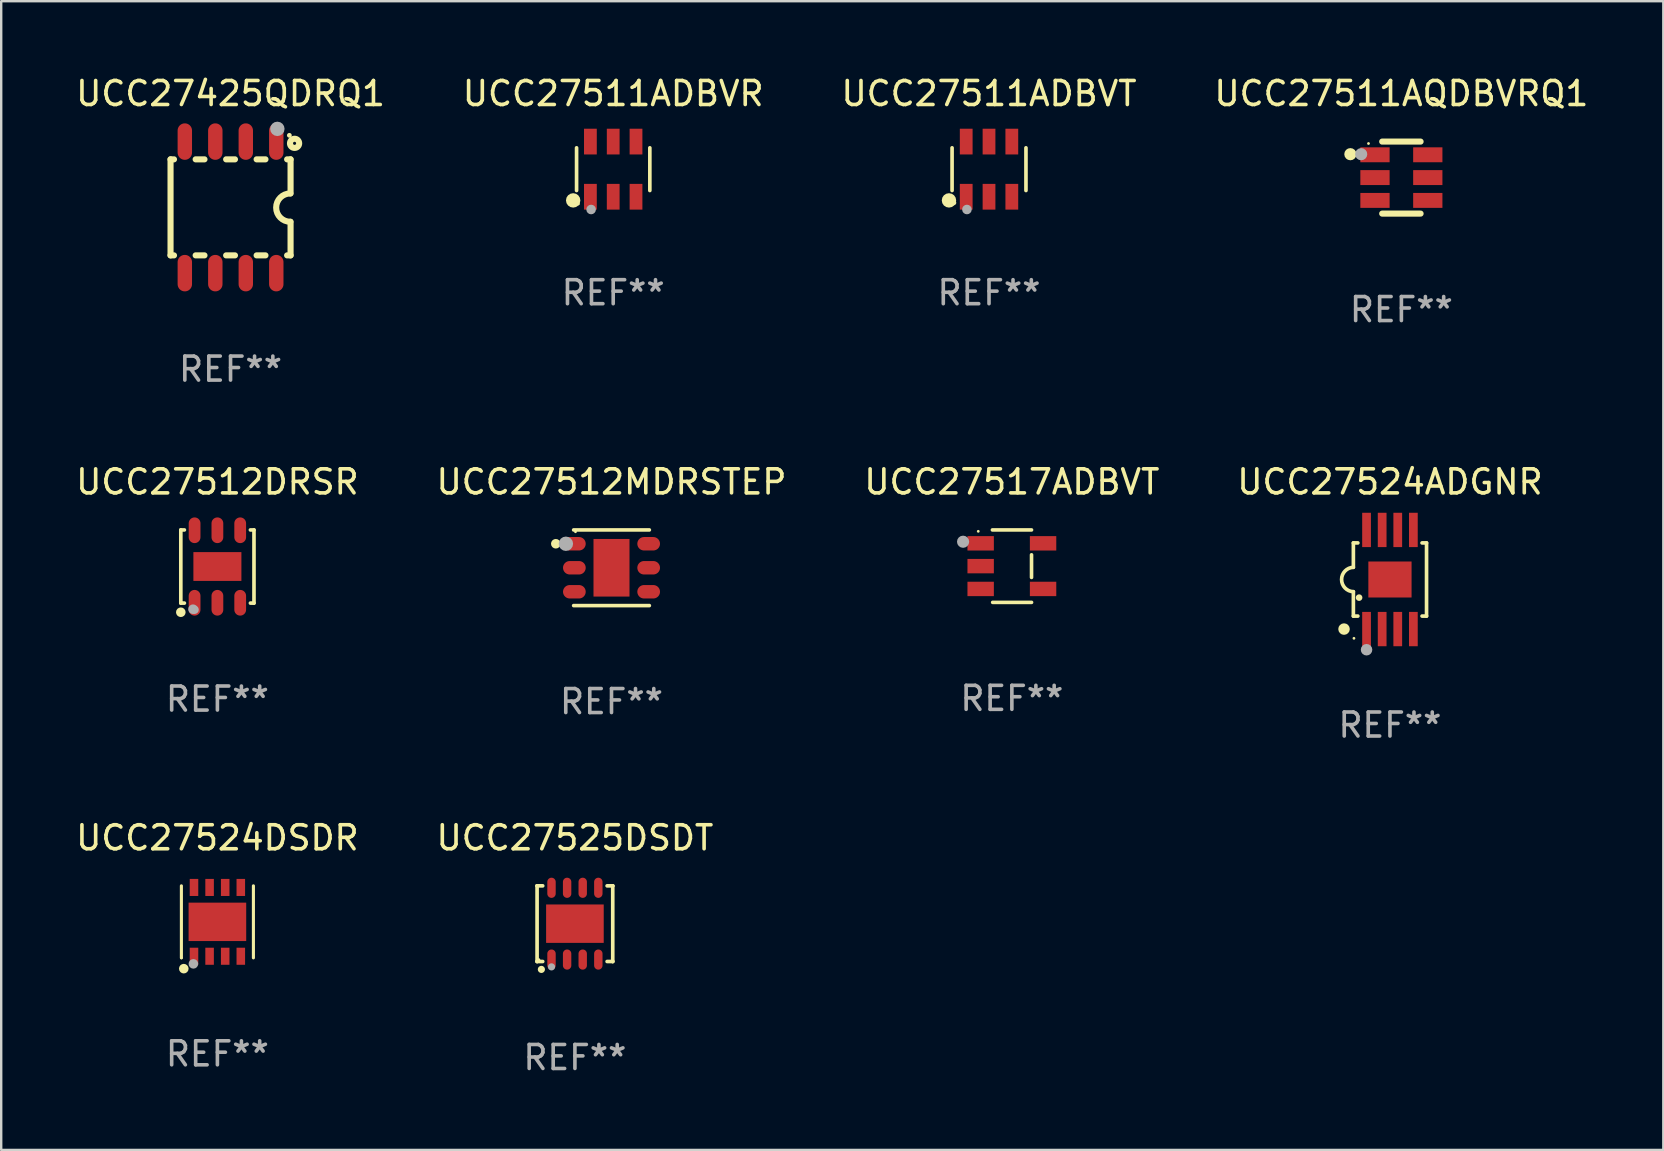
<source format=kicad_pcb>
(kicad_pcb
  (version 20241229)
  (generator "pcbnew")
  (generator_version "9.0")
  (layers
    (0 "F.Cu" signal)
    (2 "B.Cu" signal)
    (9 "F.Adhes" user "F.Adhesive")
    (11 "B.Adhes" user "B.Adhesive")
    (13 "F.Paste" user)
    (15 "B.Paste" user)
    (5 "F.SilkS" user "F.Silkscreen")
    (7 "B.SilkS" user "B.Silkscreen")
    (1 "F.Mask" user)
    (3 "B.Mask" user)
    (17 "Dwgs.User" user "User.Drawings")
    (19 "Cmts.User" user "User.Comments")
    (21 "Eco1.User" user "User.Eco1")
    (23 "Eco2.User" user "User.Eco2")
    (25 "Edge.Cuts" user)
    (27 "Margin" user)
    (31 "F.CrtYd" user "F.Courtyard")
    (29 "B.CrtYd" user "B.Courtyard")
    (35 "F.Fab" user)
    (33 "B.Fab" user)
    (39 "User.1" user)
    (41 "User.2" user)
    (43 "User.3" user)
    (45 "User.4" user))
  (footprint "UCC27511ADBVT"
    (layer "F.Cu")
    (at 38.149 3.997)
    (property "Reference" "UCC27511ADBVT" (at 0 -3.149 0) (layer "F.SilkS") (effects (font (size 1 1) (thickness 0.15))))
    (attr through_hole)
    (fp_line (start -1.539 0.889) (end -1.539 -0.889) (stroke (width 0.152) (type solid)) (layer "F.SilkS"))
    (fp_line (start 1.539 0.889) (end 1.539 -0.889) (stroke (width 0.152) (type solid)) (layer "F.SilkS"))
    (fp_circle (center -1.668 1.301) (end -1.518 1.301) (stroke (width 0.3) (type solid)) (fill no) (layer "F.SilkS"))
    (fp_circle (center -1.463 1.4) (end -1.413 1.4) (stroke (width 0.1) (type solid)) (fill no) (layer "F.SilkS"))
    (fp_circle (center -0.92 1.68) (end -0.82 1.68) (stroke (width 0.2) (type solid)) (fill no) (layer "F.Fab"))
    (fp_text user "REF**" (at 0 5.149 0) (layer "F.Fab") (effects (font (size 1 1) (thickness 0.15))))
    (pad "1" smd rect (at -0.95 1.149) (size 0.532 1.072) (layers "F.Cu" "F.Mask" "F.Paste"))
    (pad "2" smd rect (at 0 1.149) (size 0.532 1.072) (layers "F.Cu" "F.Mask" "F.Paste"))
    (pad "3" smd rect (at 0.95 1.149) (size 0.532 1.072) (layers "F.Cu" "F.Mask" "F.Paste"))
    (pad "4" smd rect (at 0.95 -1.149) (size 0.532 1.072) (layers "F.Cu" "F.Mask" "F.Paste"))
    (pad "5" smd rect (at 0 -1.149) (size 0.532 1.072) (layers "F.Cu" "F.Mask" "F.Paste"))
    (pad "6" smd rect (at -0.95 -1.149) (size 0.532 1.072) (layers "F.Cu" "F.Mask" "F.Paste")))
  (footprint "UCC27511ADBVR"
    (layer "F.Cu")
    (at 22.494 3.997)
    (property "Reference" "UCC27511ADBVR" (at 0 -3.149 0) (layer "F.SilkS") (effects (font (size 1 1) (thickness 0.15))))
    (attr through_hole)
    (fp_line (start -1.526 0.889) (end -1.526 -0.889) (stroke (width 0.152) (type solid)) (layer "F.SilkS"))
    (fp_line (start 1.526 0.889) (end 1.526 -0.889) (stroke (width 0.152) (type solid)) (layer "F.SilkS"))
    (fp_circle (center -1.668 1.301) (end -1.518 1.301) (stroke (width 0.3) (type solid)) (fill no) (layer "F.SilkS"))
    (fp_circle (center -1.45 1.45) (end -1.42 1.45) (stroke (width 0.06) (type solid)) (fill no) (layer "F.SilkS"))
    (fp_circle (center -0.92 1.68) (end -0.82 1.68) (stroke (width 0.2) (type solid)) (fill no) (layer "F.Fab"))
    (fp_text user "REF**" (at 0 5.149 0) (layer "F.Fab") (effects (font (size 1 1) (thickness 0.15))))
    (pad "1" smd rect (at -0.95 1.149) (size 0.532 1.072) (layers "F.Cu" "F.Mask" "F.Paste"))
    (pad "2" smd rect (at 0 1.149) (size 0.532 1.072) (layers "F.Cu" "F.Mask" "F.Paste"))
    (pad "3" smd rect (at 0.95 1.149) (size 0.532 1.072) (layers "F.Cu" "F.Mask" "F.Paste"))
    (pad "4" smd rect (at 0.95 -1.149) (size 0.532 1.072) (layers "F.Cu" "F.Mask" "F.Paste"))
    (pad "5" smd rect (at 0 -1.149) (size 0.532 1.072) (layers "F.Cu" "F.Mask" "F.Paste"))
    (pad "6" smd rect (at -0.95 -1.149) (size 0.532 1.072) (layers "F.Cu" "F.Mask" "F.Paste")))
  (footprint "UCC27525DSDT"
    (layer "F.Cu")
    (at 20.899 35.427)
    (property "Reference" "UCC27525DSDT" (at 0 -3.576 0) (layer "F.SilkS") (effects (font (size 1 1) (thickness 0.15))))
    (attr through_hole)
    (fp_line (start -1.576 -1.576) (end -1.576 -1.576) (stroke (width 0.152) (type solid)) (layer "F.SilkS"))
    (fp_line (start -1.576 -1.576) (end -1.341 -1.576) (stroke (width 0.152) (type solid)) (layer "F.SilkS"))
    (fp_line (start -1.576 1.576) (end -1.576 -1.576) (stroke (width 0.152) (type solid)) (layer "F.SilkS"))
    (fp_line (start -1.576 1.576) (end -1.576 1.576) (stroke (width 0.152) (type solid)) (layer "F.SilkS"))
    (fp_line (start -1.341 1.576) (end -1.576 1.576) (stroke (width 0.152) (type solid)) (layer "F.SilkS"))
    (fp_line (start 1.341 1.576) (end 1.576 1.576) (stroke (width 0.152) (type solid)) (layer "F.SilkS"))
    (fp_line (start 1.576 -1.576) (end 1.341 -1.576) (stroke (width 0.152) (type solid)) (layer "F.SilkS"))
    (fp_line (start 1.576 -1.576) (end 1.576 -1.576) (stroke (width 0.152) (type solid)) (layer "F.SilkS"))
    (fp_line (start 1.576 1.576) (end 1.576 -1.576) (stroke (width 0.152) (type solid)) (layer "F.SilkS"))
    (fp_line (start 1.576 1.576) (end 1.576 1.576) (stroke (width 0.152) (type solid)) (layer "F.SilkS"))
    (fp_circle (center -1.5 1.5) (end -1.47 1.5) (stroke (width 0.06) (type solid)) (fill no) (layer "F.SilkS"))
    (fp_circle (center -1.397 1.905) (end -1.322 1.905) (stroke (width 0.15) (type solid)) (fill no) (layer "F.SilkS"))
    (fp_circle (center -0.975 1.8) (end -0.9 1.8) (stroke (width 0.15) (type solid)) (fill no) (layer "F.Fab"))
    (fp_text user "REF**" (at 0 5.576 0) (layer "F.Fab") (effects (font (size 1 1) (thickness 0.15))))
    (pad "1" smd oval (at -0.975 1.495) (size 0.35 0.84) (layers "F.Cu" "F.Mask" "F.Paste"))
    (pad "2" smd oval (at -0.325 1.495) (size 0.35 0.84) (layers "F.Cu" "F.Mask" "F.Paste"))
    (pad "3" smd oval (at 0.325 1.495) (size 0.35 0.84) (layers "F.Cu" "F.Mask" "F.Paste"))
    (pad "4" smd oval (at 0.975 1.495) (size 0.35 0.84) (layers "F.Cu" "F.Mask" "F.Paste"))
    (pad "5" smd oval (at 0.975 -1.495) (size 0.35 0.84) (layers "F.Cu" "F.Mask" "F.Paste"))
    (pad "6" smd oval (at 0.325 -1.495) (size 0.35 0.84) (layers "F.Cu" "F.Mask" "F.Paste"))
    (pad "7" smd oval (at -0.325 -1.495) (size 0.35 0.84) (layers "F.Cu" "F.Mask" "F.Paste"))
    (pad "8" smd oval (at -0.975 -1.495) (size 0.35 0.84) (layers "F.Cu" "F.Mask" "F.Paste"))
    (pad "9" smd rect (at 0 0) (size 2.4 1.6) (layers "F.Cu" "F.Mask" "F.Paste")))
  (footprint "UCC27524ADGNR"
    (layer "F.Cu")
    (at 54.851 21.09)
    (property "Reference" "UCC27524ADGNR" (at 0 -4.065 0) (layer "F.SilkS") (effects (font (size 1 1) (thickness 0.15))))
    (attr through_hole)
    (fp_line (start -1.524 -1.524) (end -1.524 -0.508) (stroke (width 0.152) (type solid)) (layer "F.SilkS"))
    (fp_line (start -1.524 -1.524) (end -1.337 -1.524) (stroke (width 0.152) (type solid)) (layer "F.SilkS"))
    (fp_line (start -1.524 1.524) (end -1.524 0.508) (stroke (width 0.152) (type solid)) (layer "F.SilkS"))
    (fp_line (start -1.337 1.524) (end -1.524 1.524) (stroke (width 0.152) (type solid)) (layer "F.SilkS"))
    (fp_line (start 1.337 -1.524) (end 1.524 -1.524) (stroke (width 0.152) (type solid)) (layer "F.SilkS"))
    (fp_line (start 1.524 -1.524) (end 1.524 1.524) (stroke (width 0.152) (type solid)) (layer "F.SilkS"))
    (fp_line (start 1.524 1.524) (end 1.337 1.524) (stroke (width 0.152) (type solid)) (layer "F.SilkS"))
    (fp_arc (start -1.524003 0.508001) (mid -2.014069 0) (end -1.524002 -0.508001) (stroke (width 0.151994) (type solid)) (layer "F.SilkS"))
    (fp_circle (center -1.913 2.065) (end -1.793 2.065) (stroke (width 0.24) (type solid)) (fill no) (layer "F.SilkS"))
    (fp_circle (center -1.5 2.45) (end -1.47 2.45) (stroke (width 0.06) (type solid)) (fill no) (layer "F.SilkS"))
    (fp_circle (center -1.286 0.755) (end -1.217 0.755) (stroke (width 0.138) (type solid)) (fill no) (layer "F.SilkS"))
    (fp_circle (center -0.975 2.926) (end -0.855 2.926) (stroke (width 0.24) (type solid)) (fill no) (layer "F.Fab"))
    (fp_text user "REF**" (at 0 6.065 0) (layer "F.Fab") (effects (font (size 1 1) (thickness 0.15))))
    (pad "1" smd rect (at -0.975 2.065) (size 0.364 1.43) (layers "F.Cu" "F.Mask" "F.Paste"))
    (pad "2" smd rect (at -0.325 2.065) (size 0.364 1.43) (layers "F.Cu" "F.Mask" "F.Paste"))
    (pad "3" smd rect (at 0.325 2.065) (size 0.364 1.43) (layers "F.Cu" "F.Mask" "F.Paste"))
    (pad "4" smd rect (at 0.975 2.065) (size 0.364 1.43) (layers "F.Cu" "F.Mask" "F.Paste"))
    (pad "5" smd rect (at 0.975 -2.065) (size 0.364 1.43) (layers "F.Cu" "F.Mask" "F.Paste"))
    (pad "6" smd rect (at 0.325 -2.065) (size 0.364 1.43) (layers "F.Cu" "F.Mask" "F.Paste"))
    (pad "7" smd rect (at -0.325 -2.065) (size 0.364 1.43) (layers "F.Cu" "F.Mask" "F.Paste"))
    (pad "8" smd rect (at -0.975 -2.065) (size 0.364 1.43) (layers "F.Cu" "F.Mask" "F.Paste"))
    (pad "9" smd rect (at 0 0) (size 1.8 1.5) (layers "F.Cu" "F.Mask" "F.Paste")))
  (footprint "UCC27524DSDR"
    (layer "F.Cu")
    (at 6.006 35.351)
    (property "Reference" "UCC27524DSDR" (at 0 -3.5 0) (layer "F.SilkS") (effects (font (size 1 1) (thickness 0.15))))
    (attr through_hole)
    (fp_line (start -1.5 1.5) (end -1.5 -1.5) (stroke (width 0.129) (type solid)) (layer "F.SilkS"))
    (fp_line (start 1.5 -1.5) (end 1.5 1.5) (stroke (width 0.129) (type solid)) (layer "F.SilkS"))
    (fp_circle (center -1.5 1.5) (end -1.47 1.5) (stroke (width 0.06) (type solid)) (fill no) (layer "F.SilkS"))
    (fp_circle (center -1.4 1.95) (end -1.3 1.95) (stroke (width 0.2) (type solid)) (fill no) (layer "F.SilkS"))
    (fp_circle (center -1 1.75) (end -0.9 1.75) (stroke (width 0.2) (type solid)) (fill no) (layer "F.Fab"))
    (fp_text user "REF**" (at 0 5.5 0) (layer "F.Fab") (effects (font (size 1 1) (thickness 0.15))))
    (pad "1" smd rect (at -0.975 1.433) (size 0.356 0.711) (layers "F.Cu" "F.Mask" "F.Paste"))
    (pad "2" smd rect (at -0.325 1.433) (size 0.356 0.711) (layers "F.Cu" "F.Mask" "F.Paste"))
    (pad "3" smd rect (at 0.325 1.433) (size 0.356 0.711) (layers "F.Cu" "F.Mask" "F.Paste"))
    (pad "4" smd rect (at 0.975 1.433) (size 0.356 0.711) (layers "F.Cu" "F.Mask" "F.Paste"))
    (pad "5" smd rect (at 0.975 -1.433) (size 0.356 0.711) (layers "F.Cu" "F.Mask" "F.Paste"))
    (pad "6" smd rect (at 0.325 -1.433) (size 0.356 0.711) (layers "F.Cu" "F.Mask" "F.Paste"))
    (pad "7" smd rect (at -0.325 -1.433) (size 0.356 0.711) (layers "F.Cu" "F.Mask" "F.Paste"))
    (pad "8" smd rect (at -0.975 -1.433) (size 0.356 0.711) (layers "F.Cu" "F.Mask" "F.Paste"))
    (pad "9" smd rect (at 0 0) (size 2.4 1.6) (layers "F.Cu" "F.Mask" "F.Paste")))
  (footprint "UCC27425QDRQ1"
    (layer "F.Cu")
    (at 6.554 5.588)
    (property "Reference" "UCC27425QDRQ1" (at 0 -4.74 0) (layer "F.SilkS") (effects (font (size 1 1) (thickness 0.15))))
    (attr through_hole)
    (fp_line (start -2.5 2) (end -2.5 -2) (stroke (width 0.254) (type solid)) (layer "F.SilkS"))
    (fp_line (start -2.356 -2) (end -2.5 -2) (stroke (width 0.254) (type solid)) (layer "F.SilkS"))
    (fp_line (start -2.356 2) (end -2.5 2) (stroke (width 0.254) (type solid)) (layer "F.SilkS"))
    (fp_line (start -1.086 -2) (end -1.454 -2) (stroke (width 0.254) (type solid)) (layer "F.SilkS"))
    (fp_line (start -1.086 2) (end -1.454 2) (stroke (width 0.254) (type solid)) (layer "F.SilkS"))
    (fp_line (start 0.184 -2) (end -0.184 -2) (stroke (width 0.254) (type solid)) (layer "F.SilkS"))
    (fp_line (start 0.184 2) (end -0.184 2) (stroke (width 0.254) (type solid)) (layer "F.SilkS"))
    (fp_line (start 1.454 -2) (end 1.086 -2) (stroke (width 0.254) (type solid)) (layer "F.SilkS"))
    (fp_line (start 1.454 2) (end 1.086 2) (stroke (width 0.254) (type solid)) (layer "F.SilkS"))
    (fp_line (start 2.5 -2) (end 2.356 -2) (stroke (width 0.254) (type solid)) (layer "F.SilkS"))
    (fp_line (start 2.5 -0.58) (end 2.5 -2) (stroke (width 0.254) (type solid)) (layer "F.SilkS"))
    (fp_line (start 2.5 2) (end 2.356 2) (stroke (width 0.254) (type solid)) (layer "F.SilkS"))
    (fp_line (start 2.5 2) (end 2.5 0.6) (stroke (width 0.254) (type solid)) (layer "F.SilkS"))
    (fp_arc (start 2.489992 0.600051) (mid 1.901674 0.010046) (end 2.489992 -0.579959) (stroke (width 0.254001) (type solid)) (layer "F.SilkS"))
    (fp_circle (center 2.45 -3) (end 2.5 -3) (stroke (width 0.1) (type solid)) (fill no) (layer "F.SilkS"))
    (fp_circle (center 2.667 -2.667) (end 2.858 -2.667) (stroke (width 0.254) (type solid)) (fill no) (layer "F.SilkS"))
    (fp_circle (center 1.95 -3.27) (end 2.1 -3.27) (stroke (width 0.3) (type solid)) (fill no) (layer "F.Fab"))
    (fp_text user "REF**" (at 0 6.74 0) (layer "F.Fab") (effects (font (size 1 1) (thickness 0.15))))
    (pad "1" smd oval (at 1.905 -2.74) (size 0.6 1.52) (layers "F.Cu" "F.Mask" "F.Paste"))
    (pad "2" smd oval (at 0.635 -2.74) (size 0.6 1.52) (layers "F.Cu" "F.Mask" "F.Paste"))
    (pad "3" smd oval (at -0.635 -2.74) (size 0.6 1.52) (layers "F.Cu" "F.Mask" "F.Paste"))
    (pad "4" smd oval (at -1.905 -2.74) (size 0.6 1.52) (layers "F.Cu" "F.Mask" "F.Paste"))
    (pad "5" smd oval (at -1.905 2.74) (size 0.6 1.52) (layers "F.Cu" "F.Mask" "F.Paste"))
    (pad "6" smd oval (at -0.635 2.74) (size 0.6 1.52) (layers "F.Cu" "F.Mask" "F.Paste"))
    (pad "7" smd oval (at 0.635 2.74) (size 0.6 1.52) (layers "F.Cu" "F.Mask" "F.Paste"))
    (pad "8" smd oval (at 1.905 2.74) (size 0.6 1.52) (layers "F.Cu" "F.Mask" "F.Paste")))
  (footprint "UCC27512MDRSTEP"
    (layer "F.Cu")
    (at 22.423 20.601)
    (property "Reference" "UCC27512MDRSTEP" (at 0 -3.576 0) (layer "F.SilkS") (effects (font (size 1 1) (thickness 0.15))))
    (attr through_hole)
    (fp_line (start -1.576 -1.576) (end 1.576 -1.576) (stroke (width 0.152) (type solid)) (layer "F.SilkS"))
    (fp_line (start 1.576 1.576) (end -1.576 1.576) (stroke (width 0.152) (type solid)) (layer "F.SilkS"))
    (fp_circle (center -2.32 -1) (end -2.22 -1) (stroke (width 0.2) (type solid)) (fill no) (layer "F.SilkS"))
    (fp_circle (center -1.5 -1.5) (end -1.47 -1.5) (stroke (width 0.06) (type solid)) (fill no) (layer "F.SilkS"))
    (fp_circle (center -1.9 -1) (end -1.75 -1) (stroke (width 0.3) (type solid)) (fill no) (layer "F.Fab"))
    (fp_text user "REF**" (at 0 5.576 0) (layer "F.Fab") (effects (font (size 1 1) (thickness 0.15))))
    (pad "1" smd oval (at -1.547 -1 270) (size 0.56 0.945) (layers "F.Cu" "F.Mask" "F.Paste"))
    (pad "2" smd oval (at -1.547 0 270) (size 0.56 0.945) (layers "F.Cu" "F.Mask" "F.Paste"))
    (pad "3" smd oval (at -1.547 1 270) (size 0.56 0.945) (layers "F.Cu" "F.Mask" "F.Paste"))
    (pad "4" smd oval (at 1.548 1 270) (size 0.56 0.945) (layers "F.Cu" "F.Mask" "F.Paste"))
    (pad "5" smd oval (at 1.548 0 270) (size 0.56 0.945) (layers "F.Cu" "F.Mask" "F.Paste"))
    (pad "6" smd oval (at 1.548 -1 270) (size 0.56 0.945) (layers "F.Cu" "F.Mask" "F.Paste"))
    (pad "7" smd rect (at 0 0) (size 1.5 2.4) (layers "F.Cu" "F.Mask" "F.Paste")))
  (footprint "UCC27517ADBVT"
    (layer "F.Cu")
    (at 39.101 20.534)
    (property "Reference" "UCC27517ADBVT" (at 0 -3.509 0) (layer "F.SilkS") (effects (font (size 1 1) (thickness 0.15))))
    (attr through_hole)
    (fp_line (start -0.811 -1.509) (end 0.819 -1.509) (stroke (width 0.15) (type solid)) (layer "F.SilkS"))
    (fp_line (start -0.8 1.509) (end 0.82 1.509) (stroke (width 0.15) (type solid)) (layer "F.SilkS"))
    (fp_line (start 0.819 -0.472) (end 0.819 0.47) (stroke (width 0.15) (type solid)) (layer "F.SilkS"))
    (fp_circle (center -1.4 -1.451) (end -1.37 -1.451) (stroke (width 0.06) (type solid)) (fill no) (layer "F.SilkS"))
    (fp_circle (center -2.032 -1.017) (end -1.905 -1.017) (stroke (width 0.254) (type solid)) (fill no) (layer "F.Fab"))
    (fp_text user "REF**" (at 0 5.509 0) (layer "F.Fab") (effects (font (size 1 1) (thickness 0.15))))
    (pad "1" smd rect (at -1.3 -0.951) (size 1.1 0.6) (layers "F.Cu" "F.Mask" "F.Paste"))
    (pad "2" smd rect (at -1.3 -0.001) (size 1.1 0.6) (layers "F.Cu" "F.Mask" "F.Paste"))
    (pad "3" smd rect (at -1.3 0.949) (size 1.1 0.6) (layers "F.Cu" "F.Mask" "F.Paste"))
    (pad "4" smd rect (at 1.3 0.949) (size 1.1 0.6) (layers "F.Cu" "F.Mask" "F.Paste"))
    (pad "5" smd rect (at 1.3 -0.951) (size 1.1 0.6) (layers "F.Cu" "F.Mask" "F.Paste")))
  (footprint "UCC27511AQDBVRQ1"
    (layer "F.Cu")
    (at 55.327 4.348)
    (property "Reference" "UCC27511AQDBVRQ1" (at 0 -3.5 0) (layer "F.SilkS") (effects (font (size 1 1) (thickness 0.15))))
    (attr through_hole)
    (fp_line (start -0.8 -1.5) (end 0.8 -1.5) (stroke (width 0.254) (type solid)) (layer "F.SilkS"))
    (fp_line (start 0.8 1.5) (end -0.8 1.5) (stroke (width 0.254) (type solid)) (layer "F.SilkS"))
    (fp_circle (center -2.125 -0.975) (end -1.998 -0.975) (stroke (width 0.254) (type solid)) (fill no) (layer "F.SilkS"))
    (fp_circle (center -1.37 -1.42) (end -1.34 -1.42) (stroke (width 0.06) (type solid)) (fill no) (layer "F.SilkS"))
    (fp_circle (center -1.675 -0.975) (end -1.548 -0.975) (stroke (width 0.254) (type solid)) (fill no) (layer "F.Fab"))
    (fp_text user "REF**" (at 0 5.5 0) (layer "F.Fab") (effects (font (size 1 1) (thickness 0.15))))
    (pad "1" smd rect (at -1.1 -0.95 180) (size 1.219 0.622) (layers "F.Cu" "F.Mask" "F.Paste"))
    (pad "2" smd rect (at -1.1 -0.000152 180) (size 1.219 0.622) (layers "F.Cu" "F.Mask" "F.Paste"))
    (pad "3" smd rect (at -1.1 0.95 180) (size 1.219 0.622) (layers "F.Cu" "F.Mask" "F.Paste"))
    (pad "4" smd rect (at 1.1 0.95) (size 1.219 0.622) (layers "F.Cu" "F.Mask" "F.Paste"))
    (pad "5" smd rect (at 1.1 -0.000152) (size 1.219 0.622) (layers "F.Cu" "F.Mask" "F.Paste"))
    (pad "6" smd rect (at 1.1 -0.95) (size 1.219 0.622) (layers "F.Cu" "F.Mask" "F.Paste")))
  (footprint "UCC27512DRSR"
    (layer "F.Cu")
    (at 6.006 20.549)
    (property "Reference" "UCC27512DRSR" (at 0 -3.524 0) (layer "F.SilkS") (effects (font (size 1 1) (thickness 0.15))))
    (attr through_hole)
    (fp_line (start -1.524 -1.524) (end -1.375 -1.524) (stroke (width 0.152) (type solid)) (layer "F.SilkS"))
    (fp_line (start -1.524 1.524) (end -1.524 -1.524) (stroke (width 0.152) (type solid)) (layer "F.SilkS"))
    (fp_line (start -1.375 1.524) (end -1.524 1.524) (stroke (width 0.152) (type solid)) (layer "F.SilkS"))
    (fp_line (start 1.375 -1.524) (end 1.524 -1.524) (stroke (width 0.152) (type solid)) (layer "F.SilkS"))
    (fp_line (start 1.524 -1.524) (end 1.524 1.524) (stroke (width 0.152) (type solid)) (layer "F.SilkS"))
    (fp_line (start 1.524 1.524) (end 1.375 1.524) (stroke (width 0.152) (type solid)) (layer "F.SilkS"))
    (fp_circle (center -1.524 1.905) (end -1.424 1.905) (stroke (width 0.2) (type solid)) (fill no) (layer "F.SilkS"))
    (fp_circle (center -1.5 1.5) (end -1.47 1.5) (stroke (width 0.06) (type solid)) (fill no) (layer "F.SilkS"))
    (fp_circle (center -1.016 1.778) (end -0.916 1.778) (stroke (width 0.2) (type solid)) (fill no) (layer "F.Fab"))
    (fp_circle (center -0.95 1.8) (end -0.862 1.8) (stroke (width 0.175) (type solid)) (fill no) (layer "F.Fab"))
    (fp_text user "REF**" (at 0 5.524 0) (layer "F.Fab") (effects (font (size 1 1) (thickness 0.15))))
    (pad "1" smd oval (at -0.95 1.51) (size 0.49 1.07) (layers "F.Cu" "F.Mask" "F.Paste"))
    (pad "2" smd oval (at 0 1.51) (size 0.49 1.07) (layers "F.Cu" "F.Mask" "F.Paste"))
    (pad "3" smd oval (at 0.95 1.51) (size 0.49 1.07) (layers "F.Cu" "F.Mask" "F.Paste"))
    (pad "4" smd oval (at 0.95 -1.51) (size 0.49 1.07) (layers "F.Cu" "F.Mask" "F.Paste"))
    (pad "5" smd oval (at 0 -1.51) (size 0.49 1.07) (layers "F.Cu" "F.Mask" "F.Paste"))
    (pad "6" smd oval (at -0.95 -1.51) (size 0.49 1.07) (layers "F.Cu" "F.Mask" "F.Paste"))
    (pad "7" smd rect (at 0 0) (size 2 1.2) (layers "F.Cu" "F.Mask" "F.Paste")))
  (gr_rect
    (start -3 -3)
    (end 66.238 44.852)
    (stroke (width 0.1) (type default))
    (fill no)
    (layer "Edge.Cuts")))
</source>
